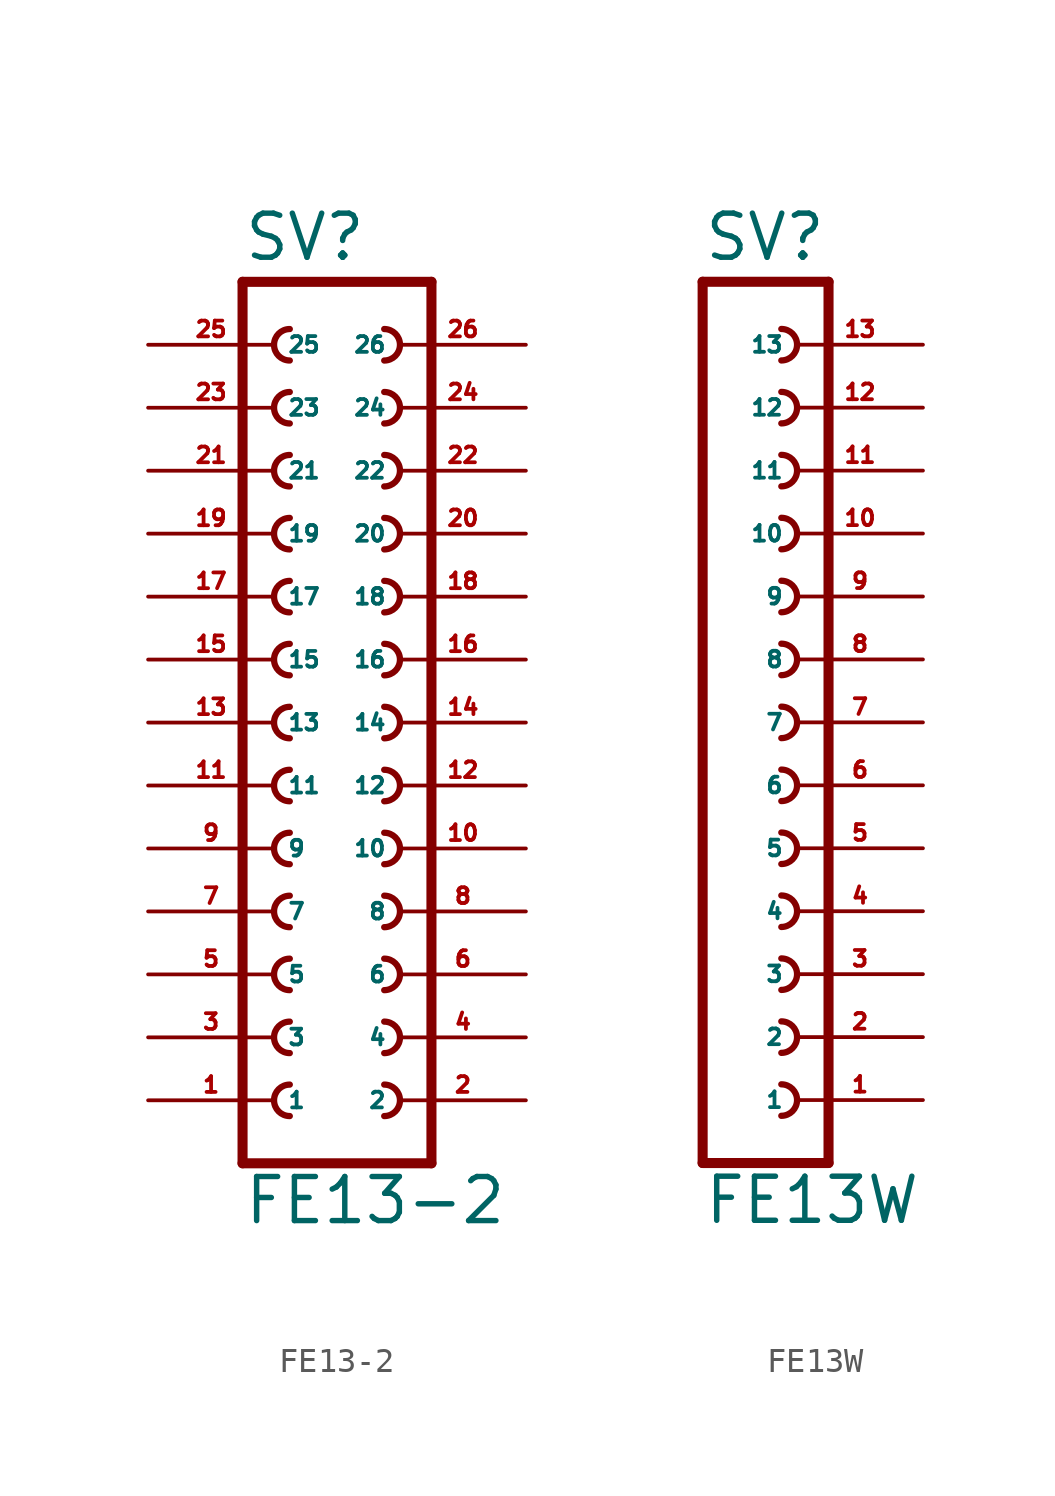
<source format=kicad_sym>
(kicad_symbol_lib
  (version 20220914)
  (generator Eagle2Kicad)
  (symbol "FE13-2"
    (property "Reference" "SV"
      (at -3.81 18.542 0)
      (effects (font (size 1.778 1.778) (thickness 0.22)) (justify left bottom)))
    (property "Value" "FE13-2"
      (at -3.81 -20.32 0)
      (effects (font (size 1.778 1.778) (thickness 0.22)) (justify left bottom)))
    (polyline
      (pts (xy 3.81 -17.78) (xy -3.81 -17.78))
      (stroke (width 0.406) (type default))
      (fill (type none)))
    (arc
      (start -1.905 -9.525)
      (mid -2.540 -10.160)
      (end -1.905 -10.795)
      (stroke (width 0.254) (type default))
      (fill (type none)))
    (arc
      (start -1.905 -12.065)
      (mid -2.540 -12.700)
      (end -1.905 -13.335)
      (stroke (width 0.254) (type default))
      (fill (type none)))
    (arc
      (start -1.905 -14.605)
      (mid -2.540 -15.240)
      (end -1.905 -15.875)
      (stroke (width 0.254) (type default))
      (fill (type none)))
    (arc
      (start 1.905 -10.795)
      (mid 2.540 -10.160)
      (end 1.905 -9.525)
      (stroke (width 0.254) (type default))
      (fill (type none)))
    (arc
      (start 1.905 -13.335)
      (mid 2.540 -12.700)
      (end 1.905 -12.065)
      (stroke (width 0.254) (type default))
      (fill (type none)))
    (arc
      (start 1.905 -15.875)
      (mid 2.540 -15.240)
      (end 1.905 -14.605)
      (stroke (width 0.254) (type default))
      (fill (type none)))
    (arc
      (start -1.905 -4.445)
      (mid -2.540 -5.080)
      (end -1.905 -5.715)
      (stroke (width 0.254) (type default))
      (fill (type none)))
    (arc
      (start -1.905 -6.985)
      (mid -2.540 -7.620)
      (end -1.905 -8.255)
      (stroke (width 0.254) (type default))
      (fill (type none)))
    (arc
      (start 1.905 -5.715)
      (mid 2.540 -5.080)
      (end 1.905 -4.445)
      (stroke (width 0.254) (type default))
      (fill (type none)))
    (arc
      (start 1.905 -8.255)
      (mid 2.540 -7.620)
      (end 1.905 -6.985)
      (stroke (width 0.254) (type default))
      (fill (type none)))
    (arc
      (start -1.905 3.175)
      (mid -2.540 2.540)
      (end -1.905 1.905)
      (stroke (width 0.254) (type default))
      (fill (type none)))
    (arc
      (start -1.905 0.635)
      (mid -2.540 0.000)
      (end -1.905 -0.635)
      (stroke (width 0.254) (type default))
      (fill (type none)))
    (arc
      (start -1.905 -1.905)
      (mid -2.540 -2.540)
      (end -1.905 -3.175)
      (stroke (width 0.254) (type default))
      (fill (type none)))
    (arc
      (start 1.905 1.905)
      (mid 2.540 2.540)
      (end 1.905 3.175)
      (stroke (width 0.254) (type default))
      (fill (type none)))
    (arc
      (start 1.905 -0.635)
      (mid 2.540 0.000)
      (end 1.905 0.635)
      (stroke (width 0.254) (type default))
      (fill (type none)))
    (arc
      (start 1.905 -3.175)
      (mid 2.540 -2.540)
      (end 1.905 -1.905)
      (stroke (width 0.254) (type default))
      (fill (type none)))
    (arc
      (start -1.905 8.255)
      (mid -2.540 7.620)
      (end -1.905 6.985)
      (stroke (width 0.254) (type default))
      (fill (type none)))
    (arc
      (start -1.905 5.715)
      (mid -2.540 5.080)
      (end -1.905 4.445)
      (stroke (width 0.254) (type default))
      (fill (type none)))
    (arc
      (start 1.905 6.985)
      (mid 2.540 7.620)
      (end 1.905 8.255)
      (stroke (width 0.254) (type default))
      (fill (type none)))
    (arc
      (start 1.905 4.445)
      (mid 2.540 5.080)
      (end 1.905 5.715)
      (stroke (width 0.254) (type default))
      (fill (type none)))
    (arc
      (start -1.905 15.875)
      (mid -2.540 15.240)
      (end -1.905 14.605)
      (stroke (width 0.254) (type default))
      (fill (type none)))
    (arc
      (start -1.905 13.335)
      (mid -2.540 12.700)
      (end -1.905 12.065)
      (stroke (width 0.254) (type default))
      (fill (type none)))
    (arc
      (start -1.905 10.795)
      (mid -2.540 10.160)
      (end -1.905 9.525)
      (stroke (width 0.254) (type default))
      (fill (type none)))
    (arc
      (start 1.905 14.605)
      (mid 2.540 15.240)
      (end 1.905 15.875)
      (stroke (width 0.254) (type default))
      (fill (type none)))
    (arc
      (start 1.905 12.065)
      (mid 2.540 12.700)
      (end 1.905 13.335)
      (stroke (width 0.254) (type default))
      (fill (type none)))
    (arc
      (start 1.905 9.525)
      (mid 2.540 10.160)
      (end 1.905 10.795)
      (stroke (width 0.254) (type default))
      (fill (type none)))
    (polyline
      (pts (xy -3.81 17.78) (xy -3.81 -17.78))
      (stroke (width 0.406) (type default))
      (fill (type none)))
    (polyline
      (pts (xy 3.81 -17.78) (xy 3.81 17.78))
      (stroke (width 0.406) (type default))
      (fill (type none)))
    (polyline
      (pts (xy -3.81 17.78) (xy 3.81 17.78))
      (stroke (width 0.406) (type default))
      (fill (type none)))
    (pin passive line
      (at -7.62 -15.24 0)
      (length 5.08)
      (name "1" (effects (font (size 0.635 0.635) (thickness 0.08)) (justify left bottom)))
      (number "1" (effects (font (size 0.635 0.635) (thickness 0.08)) (justify left bottom))))
    (pin passive line
      (at -7.62 -12.7 0)
      (length 5.08)
      (name "3" (effects (font (size 0.635 0.635) (thickness 0.08)) (justify left bottom)))
      (number "3" (effects (font (size 0.635 0.635) (thickness 0.08)) (justify left bottom))))
    (pin passive line
      (at -7.62 -10.16 0)
      (length 5.08)
      (name "5" (effects (font (size 0.635 0.635) (thickness 0.08)) (justify left bottom)))
      (number "5" (effects (font (size 0.635 0.635) (thickness 0.08)) (justify left bottom))))
    (pin passive line
      (at 7.62 -15.24 180)
      (length 5.08)
      (name "2" (effects (font (size 0.635 0.635) (thickness 0.08)) (justify left bottom)))
      (number "2" (effects (font (size 0.635 0.635) (thickness 0.08)) (justify left bottom))))
    (pin passive line
      (at 7.62 -12.7 180)
      (length 5.08)
      (name "4" (effects (font (size 0.635 0.635) (thickness 0.08)) (justify left bottom)))
      (number "4" (effects (font (size 0.635 0.635) (thickness 0.08)) (justify left bottom))))
    (pin passive line
      (at 7.62 -10.16 180)
      (length 5.08)
      (name "6" (effects (font (size 0.635 0.635) (thickness 0.08)) (justify left bottom)))
      (number "6" (effects (font (size 0.635 0.635) (thickness 0.08)) (justify left bottom))))
    (pin passive line
      (at -7.62 -7.62 0)
      (length 5.08)
      (name "7" (effects (font (size 0.635 0.635) (thickness 0.08)) (justify left bottom)))
      (number "7" (effects (font (size 0.635 0.635) (thickness 0.08)) (justify left bottom))))
    (pin passive line
      (at -7.62 -5.08 0)
      (length 5.08)
      (name "9" (effects (font (size 0.635 0.635) (thickness 0.08)) (justify left bottom)))
      (number "9" (effects (font (size 0.635 0.635) (thickness 0.08)) (justify left bottom))))
    (pin passive line
      (at 7.62 -7.62 180)
      (length 5.08)
      (name "8" (effects (font (size 0.635 0.635) (thickness 0.08)) (justify left bottom)))
      (number "8" (effects (font (size 0.635 0.635) (thickness 0.08)) (justify left bottom))))
    (pin passive line
      (at 7.62 -5.08 180)
      (length 5.08)
      (name "10" (effects (font (size 0.635 0.635) (thickness 0.08)) (justify left bottom)))
      (number "10" (effects (font (size 0.635 0.635) (thickness 0.08)) (justify left bottom))))
    (pin passive line
      (at -7.62 -2.54 0)
      (length 5.08)
      (name "11" (effects (font (size 0.635 0.635) (thickness 0.08)) (justify left bottom)))
      (number "11" (effects (font (size 0.635 0.635) (thickness 0.08)) (justify left bottom))))
    (pin passive line
      (at -7.62 0 0)
      (length 5.08)
      (name "13" (effects (font (size 0.635 0.635) (thickness 0.08)) (justify left bottom)))
      (number "13" (effects (font (size 0.635 0.635) (thickness 0.08)) (justify left bottom))))
    (pin passive line
      (at -7.62 2.54 0)
      (length 5.08)
      (name "15" (effects (font (size 0.635 0.635) (thickness 0.08)) (justify left bottom)))
      (number "15" (effects (font (size 0.635 0.635) (thickness 0.08)) (justify left bottom))))
    (pin passive line
      (at 7.62 -2.54 180)
      (length 5.08)
      (name "12" (effects (font (size 0.635 0.635) (thickness 0.08)) (justify left bottom)))
      (number "12" (effects (font (size 0.635 0.635) (thickness 0.08)) (justify left bottom))))
    (pin passive line
      (at 7.62 0 180)
      (length 5.08)
      (name "14" (effects (font (size 0.635 0.635) (thickness 0.08)) (justify left bottom)))
      (number "14" (effects (font (size 0.635 0.635) (thickness 0.08)) (justify left bottom))))
    (pin passive line
      (at 7.62 2.54 180)
      (length 5.08)
      (name "16" (effects (font (size 0.635 0.635) (thickness 0.08)) (justify left bottom)))
      (number "16" (effects (font (size 0.635 0.635) (thickness 0.08)) (justify left bottom))))
    (pin passive line
      (at -7.62 5.08 0)
      (length 5.08)
      (name "17" (effects (font (size 0.635 0.635) (thickness 0.08)) (justify left bottom)))
      (number "17" (effects (font (size 0.635 0.635) (thickness 0.08)) (justify left bottom))))
    (pin passive line
      (at -7.62 7.62 0)
      (length 5.08)
      (name "19" (effects (font (size 0.635 0.635) (thickness 0.08)) (justify left bottom)))
      (number "19" (effects (font (size 0.635 0.635) (thickness 0.08)) (justify left bottom))))
    (pin passive line
      (at 7.62 5.08 180)
      (length 5.08)
      (name "18" (effects (font (size 0.635 0.635) (thickness 0.08)) (justify left bottom)))
      (number "18" (effects (font (size 0.635 0.635) (thickness 0.08)) (justify left bottom))))
    (pin passive line
      (at 7.62 7.62 180)
      (length 5.08)
      (name "20" (effects (font (size 0.635 0.635) (thickness 0.08)) (justify left bottom)))
      (number "20" (effects (font (size 0.635 0.635) (thickness 0.08)) (justify left bottom))))
    (pin passive line
      (at -7.62 10.16 0)
      (length 5.08)
      (name "21" (effects (font (size 0.635 0.635) (thickness 0.08)) (justify left bottom)))
      (number "21" (effects (font (size 0.635 0.635) (thickness 0.08)) (justify left bottom))))
    (pin passive line
      (at -7.62 12.7 0)
      (length 5.08)
      (name "23" (effects (font (size 0.635 0.635) (thickness 0.08)) (justify left bottom)))
      (number "23" (effects (font (size 0.635 0.635) (thickness 0.08)) (justify left bottom))))
    (pin passive line
      (at -7.62 15.24 0)
      (length 5.08)
      (name "25" (effects (font (size 0.635 0.635) (thickness 0.08)) (justify left bottom)))
      (number "25" (effects (font (size 0.635 0.635) (thickness 0.08)) (justify left bottom))))
    (pin passive line
      (at 7.62 10.16 180)
      (length 5.08)
      (name "22" (effects (font (size 0.635 0.635) (thickness 0.08)) (justify left bottom)))
      (number "22" (effects (font (size 0.635 0.635) (thickness 0.08)) (justify left bottom))))
    (pin passive line
      (at 7.62 12.7 180)
      (length 5.08)
      (name "24" (effects (font (size 0.635 0.635) (thickness 0.08)) (justify left bottom)))
      (number "24" (effects (font (size 0.635 0.635) (thickness 0.08)) (justify left bottom))))
    (pin passive line
      (at 7.62 15.24 180)
      (length 5.08)
      (name "26" (effects (font (size 0.635 0.635) (thickness 0.08)) (justify left bottom)))
      (number "26" (effects (font (size 0.635 0.635) (thickness 0.08)) (justify left bottom)))))
  (symbol "FE13W"
    (property "Reference" "SV"
      (at -1.27 18.542 0)
      (effects (font (size 1.778 1.778) (thickness 0.22)) (justify left bottom)))
    (property "Value" "FE13W"
      (at -1.27 -20.32 0)
      (effects (font (size 1.778 1.778) (thickness 0.22)) (justify left bottom)))
    (polyline
      (pts (xy 3.81 -17.78) (xy -1.27 -17.78))
      (stroke (width 0.406) (type default))
      (fill (type none)))
    (arc
      (start 1.905 -10.795)
      (mid 2.540 -10.160)
      (end 1.905 -9.525)
      (stroke (width 0.254) (type default))
      (fill (type none)))
    (arc
      (start 1.905 -13.335)
      (mid 2.540 -12.700)
      (end 1.905 -12.065)
      (stroke (width 0.254) (type default))
      (fill (type none)))
    (arc
      (start 1.905 -15.875)
      (mid 2.540 -15.240)
      (end 1.905 -14.605)
      (stroke (width 0.254) (type default))
      (fill (type none)))
    (arc
      (start 1.905 -5.715)
      (mid 2.540 -5.080)
      (end 1.905 -4.445)
      (stroke (width 0.254) (type default))
      (fill (type none)))
    (arc
      (start 1.905 -8.255)
      (mid 2.540 -7.620)
      (end 1.905 -6.985)
      (stroke (width 0.254) (type default))
      (fill (type none)))
    (arc
      (start 1.905 1.905)
      (mid 2.540 2.540)
      (end 1.905 3.175)
      (stroke (width 0.254) (type default))
      (fill (type none)))
    (arc
      (start 1.905 -0.635)
      (mid 2.540 0.000)
      (end 1.905 0.635)
      (stroke (width 0.254) (type default))
      (fill (type none)))
    (arc
      (start 1.905 -3.175)
      (mid 2.540 -2.540)
      (end 1.905 -1.905)
      (stroke (width 0.254) (type default))
      (fill (type none)))
    (arc
      (start 1.905 6.985)
      (mid 2.540 7.620)
      (end 1.905 8.255)
      (stroke (width 0.254) (type default))
      (fill (type none)))
    (arc
      (start 1.905 4.445)
      (mid 2.540 5.080)
      (end 1.905 5.715)
      (stroke (width 0.254) (type default))
      (fill (type none)))
    (arc
      (start 1.905 14.605)
      (mid 2.540 15.240)
      (end 1.905 15.875)
      (stroke (width 0.254) (type default))
      (fill (type none)))
    (arc
      (start 1.905 12.065)
      (mid 2.540 12.700)
      (end 1.905 13.335)
      (stroke (width 0.254) (type default))
      (fill (type none)))
    (arc
      (start 1.905 9.525)
      (mid 2.540 10.160)
      (end 1.905 10.795)
      (stroke (width 0.254) (type default))
      (fill (type none)))
    (polyline
      (pts (xy -1.27 17.78) (xy -1.27 -17.78))
      (stroke (width 0.406) (type default))
      (fill (type none)))
    (polyline
      (pts (xy 3.81 -17.78) (xy 3.81 17.78))
      (stroke (width 0.406) (type default))
      (fill (type none)))
    (polyline
      (pts (xy -1.27 17.78) (xy 3.81 17.78))
      (stroke (width 0.406) (type default))
      (fill (type none)))
    (pin passive line
      (at 7.62 -15.24 180)
      (length 5.08)
      (name "1" (effects (font (size 0.635 0.635) (thickness 0.08)) (justify left bottom)))
      (number "1" (effects (font (size 0.635 0.635) (thickness 0.08)) (justify left bottom))))
    (pin passive line
      (at 7.62 -12.7 180)
      (length 5.08)
      (name "2" (effects (font (size 0.635 0.635) (thickness 0.08)) (justify left bottom)))
      (number "2" (effects (font (size 0.635 0.635) (thickness 0.08)) (justify left bottom))))
    (pin passive line
      (at 7.62 -10.16 180)
      (length 5.08)
      (name "3" (effects (font (size 0.635 0.635) (thickness 0.08)) (justify left bottom)))
      (number "3" (effects (font (size 0.635 0.635) (thickness 0.08)) (justify left bottom))))
    (pin passive line
      (at 7.62 -7.62 180)
      (length 5.08)
      (name "4" (effects (font (size 0.635 0.635) (thickness 0.08)) (justify left bottom)))
      (number "4" (effects (font (size 0.635 0.635) (thickness 0.08)) (justify left bottom))))
    (pin passive line
      (at 7.62 -5.08 180)
      (length 5.08)
      (name "5" (effects (font (size 0.635 0.635) (thickness 0.08)) (justify left bottom)))
      (number "5" (effects (font (size 0.635 0.635) (thickness 0.08)) (justify left bottom))))
    (pin passive line
      (at 7.62 -2.54 180)
      (length 5.08)
      (name "6" (effects (font (size 0.635 0.635) (thickness 0.08)) (justify left bottom)))
      (number "6" (effects (font (size 0.635 0.635) (thickness 0.08)) (justify left bottom))))
    (pin passive line
      (at 7.62 0 180)
      (length 5.08)
      (name "7" (effects (font (size 0.635 0.635) (thickness 0.08)) (justify left bottom)))
      (number "7" (effects (font (size 0.635 0.635) (thickness 0.08)) (justify left bottom))))
    (pin passive line
      (at 7.62 2.54 180)
      (length 5.08)
      (name "8" (effects (font (size 0.635 0.635) (thickness 0.08)) (justify left bottom)))
      (number "8" (effects (font (size 0.635 0.635) (thickness 0.08)) (justify left bottom))))
    (pin passive line
      (at 7.62 5.08 180)
      (length 5.08)
      (name "9" (effects (font (size 0.635 0.635) (thickness 0.08)) (justify left bottom)))
      (number "9" (effects (font (size 0.635 0.635) (thickness 0.08)) (justify left bottom))))
    (pin passive line
      (at 7.62 7.62 180)
      (length 5.08)
      (name "10" (effects (font (size 0.635 0.635) (thickness 0.08)) (justify left bottom)))
      (number "10" (effects (font (size 0.635 0.635) (thickness 0.08)) (justify left bottom))))
    (pin passive line
      (at 7.62 10.16 180)
      (length 5.08)
      (name "11" (effects (font (size 0.635 0.635) (thickness 0.08)) (justify left bottom)))
      (number "11" (effects (font (size 0.635 0.635) (thickness 0.08)) (justify left bottom))))
    (pin passive line
      (at 7.62 12.7 180)
      (length 5.08)
      (name "12" (effects (font (size 0.635 0.635) (thickness 0.08)) (justify left bottom)))
      (number "12" (effects (font (size 0.635 0.635) (thickness 0.08)) (justify left bottom))))
    (pin passive line
      (at 7.62 15.24 180)
      (length 5.08)
      (name "13" (effects (font (size 0.635 0.635) (thickness 0.08)) (justify left bottom)))
      (number "13" (effects (font (size 0.635 0.635) (thickness 0.08)) (justify left bottom))))))
</source>
